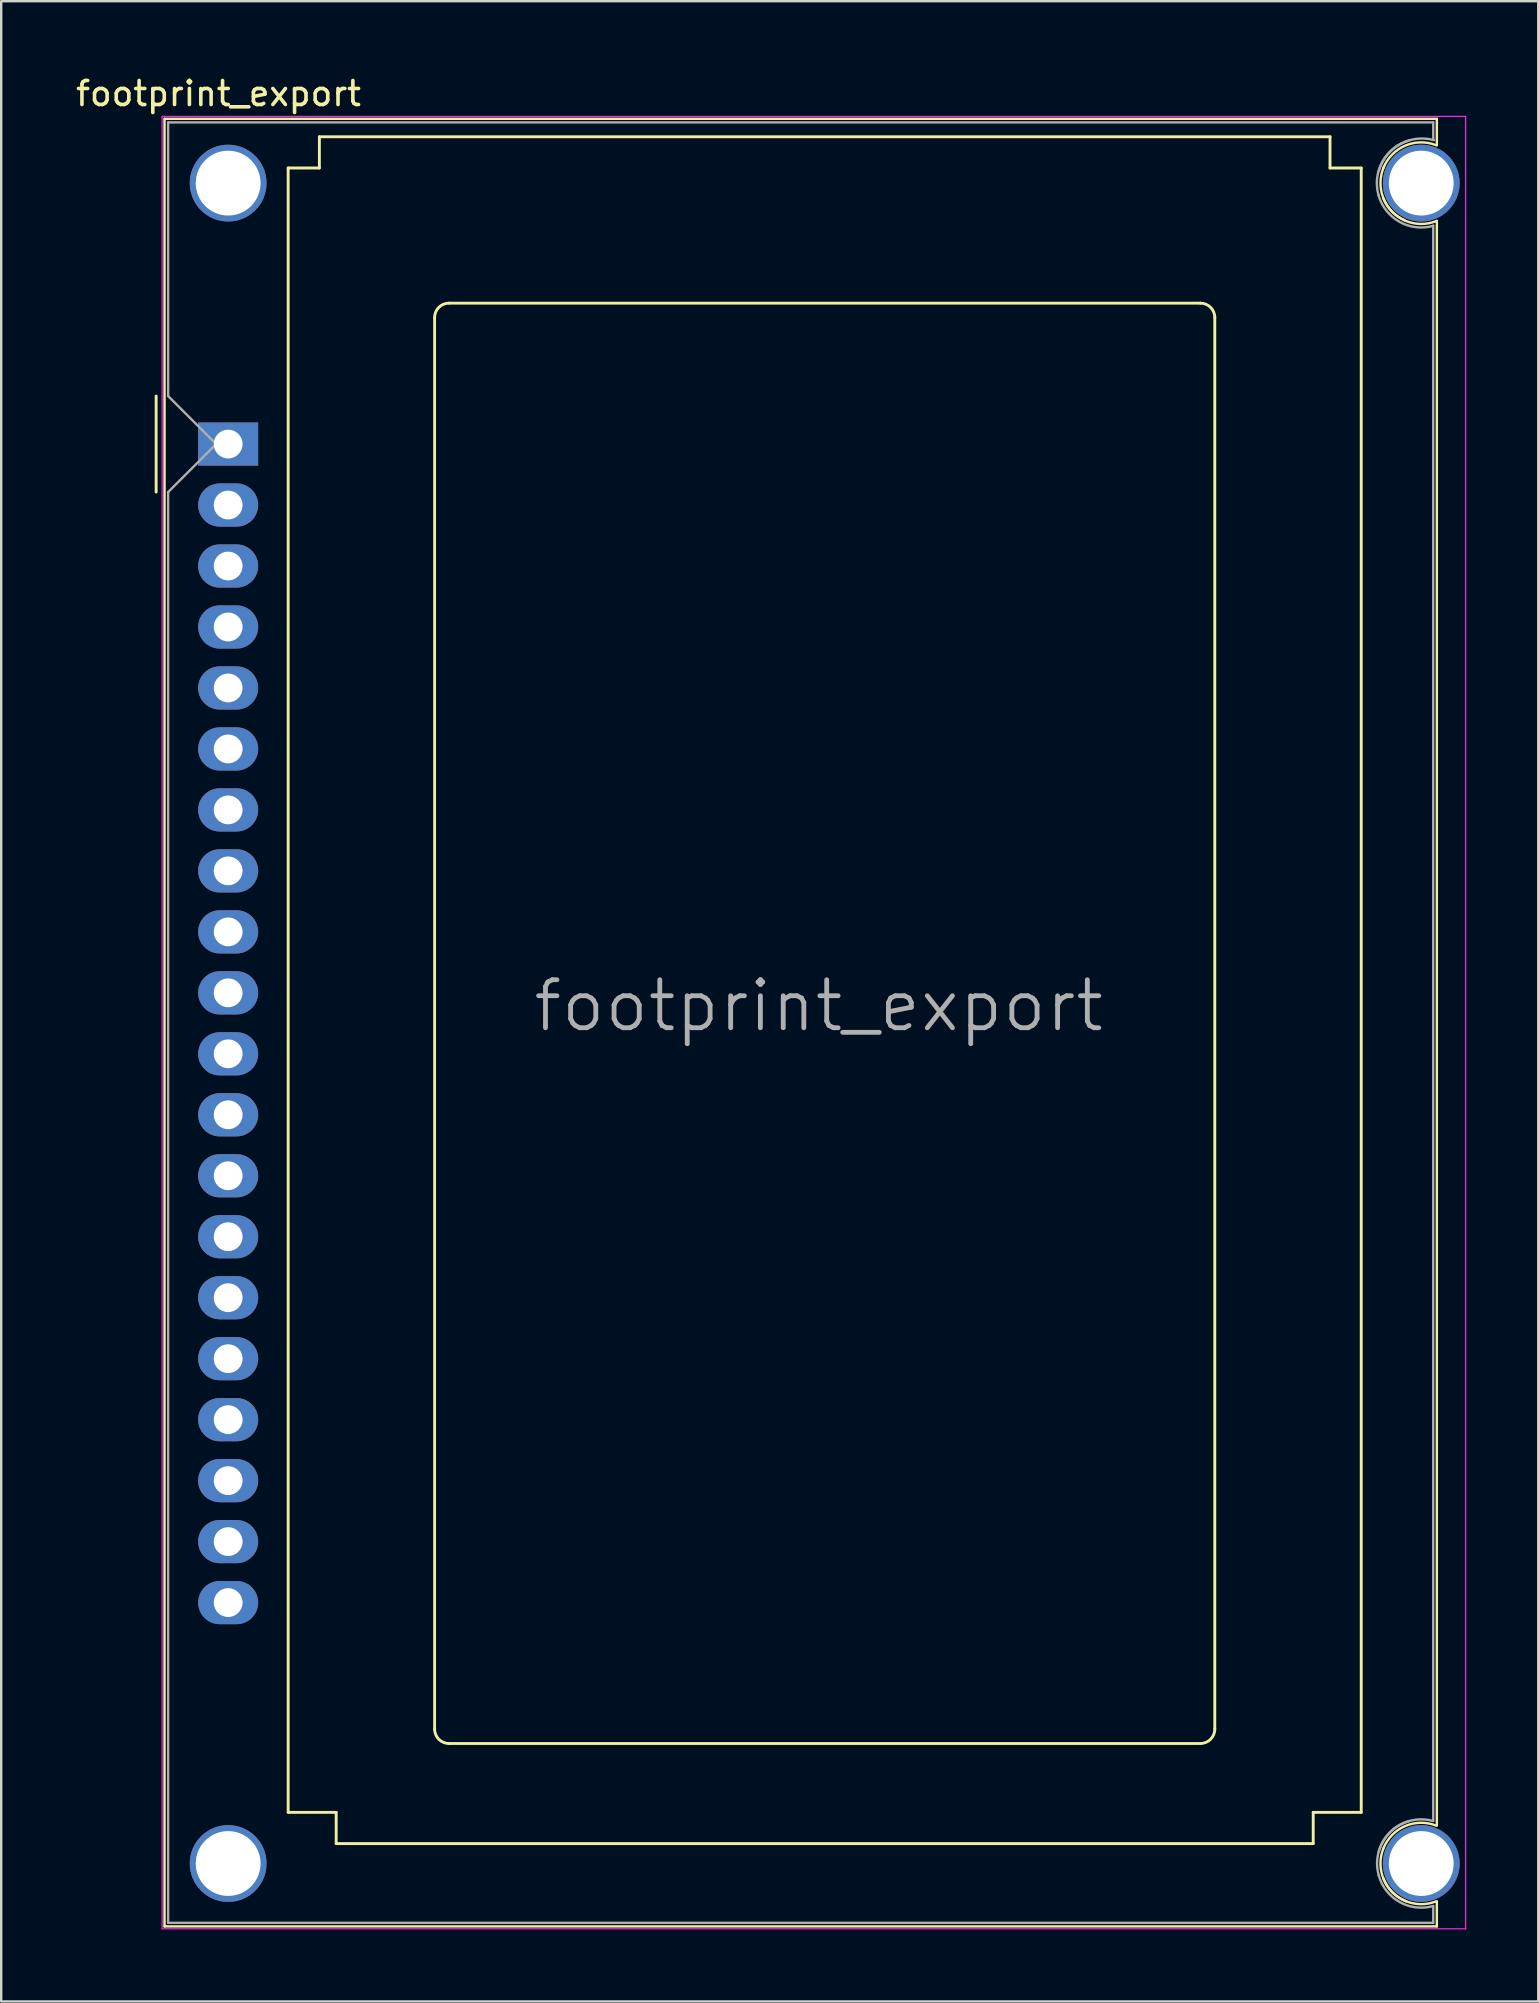
<source format=kicad_pcb>
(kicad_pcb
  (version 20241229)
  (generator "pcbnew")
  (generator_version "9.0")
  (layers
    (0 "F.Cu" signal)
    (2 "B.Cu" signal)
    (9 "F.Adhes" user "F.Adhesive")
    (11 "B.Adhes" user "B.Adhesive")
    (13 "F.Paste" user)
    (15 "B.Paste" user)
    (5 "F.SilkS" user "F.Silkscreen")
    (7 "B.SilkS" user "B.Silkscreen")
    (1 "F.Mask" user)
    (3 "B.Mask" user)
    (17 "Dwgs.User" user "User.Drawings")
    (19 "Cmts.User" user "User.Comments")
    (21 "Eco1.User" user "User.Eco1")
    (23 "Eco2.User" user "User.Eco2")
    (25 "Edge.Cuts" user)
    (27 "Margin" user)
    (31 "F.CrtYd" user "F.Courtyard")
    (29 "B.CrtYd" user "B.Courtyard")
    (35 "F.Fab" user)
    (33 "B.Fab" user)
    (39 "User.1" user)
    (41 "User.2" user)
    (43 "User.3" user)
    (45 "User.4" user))
  (footprint "footprint_export"
    (layer "F.Cu")
    (at 6.454 15.448)
    (property "Reference" "footprint_export" (at -0.4 -14.6 0) (layer "F.SilkS") (effects (font (size 1 1) (thickness 0.15))))
    (attr through_hole)
    (fp_line (start -3 -2) (end -3 2) (stroke (width 0.12) (type solid)) (layer "F.SilkS"))
    (fp_line (start -2.65 -13.55) (end -2.65 61.75) (stroke (width 0.1) (type solid)) (layer "F.SilkS"))
    (fp_line (start -2.65 61.75) (end 50.35 61.75) (stroke (width 0.1) (type solid)) (layer "F.SilkS"))
    (fp_line (start 2.5 57) (end 2.5 -11.5) (stroke (width 0.12) (type solid)) (layer "F.SilkS"))
    (fp_line (start 2.5 57) (end 4.5 57) (stroke (width 0.12) (type solid)) (layer "F.SilkS"))
    (fp_line (start 3.8 -12.8) (end 3.8 -11.5) (stroke (width 0.12) (type solid)) (layer "F.SilkS"))
    (fp_line (start 3.8 -12.8) (end 45.9 -12.8) (stroke (width 0.12) (type solid)) (layer "F.SilkS"))
    (fp_line (start 3.8 -11.5) (end 2.5 -11.5) (stroke (width 0.12) (type solid)) (layer "F.SilkS"))
    (fp_line (start 4.5 57) (end 4.5 58.3) (stroke (width 0.12) (type solid)) (layer "F.SilkS"))
    (fp_line (start 8.6 -5.27) (end 8.6 53.53) (stroke (width 0.12) (type solid)) (layer "F.SilkS"))
    (fp_line (start 9.2 54.13) (end 40.5 54.13) (stroke (width 0.12) (type solid)) (layer "F.SilkS"))
    (fp_line (start 40.5 -5.87) (end 9.21 -5.87) (stroke (width 0.12) (type solid)) (layer "F.SilkS"))
    (fp_line (start 41.1 53.53) (end 41.1 -5.27) (stroke (width 0.12) (type solid)) (layer "F.SilkS"))
    (fp_line (start 45.2 57) (end 45.2 58.3) (stroke (width 0.12) (type solid)) (layer "F.SilkS"))
    (fp_line (start 45.2 58.3) (end 4.5 58.3) (stroke (width 0.12) (type solid)) (layer "F.SilkS"))
    (fp_line (start 45.9 -11.5) (end 45.9 -12.8) (stroke (width 0.12) (type solid)) (layer "F.SilkS"))
    (fp_line (start 47.2 -11.5) (end 45.9 -11.5) (stroke (width 0.12) (type solid)) (layer "F.SilkS"))
    (fp_line (start 47.2 -11.5) (end 47.2 57) (stroke (width 0.12) (type solid)) (layer "F.SilkS"))
    (fp_line (start 47.2 57) (end 45.2 57) (stroke (width 0.12) (type solid)) (layer "F.SilkS"))
    (fp_line (start 50.35 -13.55) (end -2.65 -13.55) (stroke (width 0.1) (type solid)) (layer "F.SilkS"))
    (fp_line (start 50.35 -13.54) (end 50.35 -12.44) (stroke (width 0.1) (type solid)) (layer "F.SilkS"))
    (fp_line (start 50.35 57.55) (end 50.35 -9.3) (stroke (width 0.1) (type solid)) (layer "F.SilkS"))
    (fp_line (start 50.35 61.75) (end 50.35 60.7) (stroke (width 0.1) (type solid)) (layer "F.SilkS"))
    (fp_arc (start 8.6 -5.27) (mid 8.775736 -5.694264) (end 9.2 -5.87) (stroke (width 0.12) (type solid)) (layer "F.SilkS"))
    (fp_arc (start 9.2 54.13) (mid 8.775736 53.954264) (end 8.6 53.53) (stroke (width 0.12) (type solid)) (layer "F.SilkS"))
    (fp_arc (start 40.5 -5.87) (mid 40.924264 -5.694264) (end 41.1 -5.27) (stroke (width 0.12) (type solid)) (layer "F.SilkS"))
    (fp_arc (start 41.1 53.53) (mid 40.924264 53.954264) (end 40.5 54.13) (stroke (width 0.12) (type solid)) (layer "F.SilkS"))
    (fp_arc (start 48.12 -11.49) (mid 49.021177 -12.425635) (end 50.32 -12.45) (stroke (width 0.1) (type solid)) (layer "F.SilkS"))
    (fp_arc (start 48.12 58.51) (mid 49.021177 57.574365) (end 50.32 57.55) (stroke (width 0.1) (type solid)) (layer "F.SilkS"))
    (fp_arc (start 49.01 -9.32) (mid 48.116081 -10.261888) (end 48.15 -11.56) (stroke (width 0.1) (type solid)) (layer "F.SilkS"))
    (fp_arc (start 49.08 60.71) (mid 48.144365 59.808823) (end 48.12 58.51) (stroke (width 0.1) (type solid)) (layer "F.SilkS"))
    (fp_arc (start 50.31 60.71) (mid 49.014106 60.678564) (end 48.12 59.74) (stroke (width 0.1) (type solid)) (layer "F.SilkS"))
    (fp_arc (start 50.33 -9.29) (mid 49.028249 -9.307294) (end 48.12 -10.24) (stroke (width 0.1) (type solid)) (layer "F.SilkS"))
    (fp_line (start -2.75 -13.65) (end -2.75 61.85) (stroke (width 0.05) (type solid)) (layer "F.CrtYd"))
    (fp_line (start -2.75 -13.65) (end 51.55 -13.65) (stroke (width 0.05) (type solid)) (layer "F.CrtYd"))
    (fp_line (start -2.75 61.85) (end 51.55 61.85) (stroke (width 0.05) (type solid)) (layer "F.CrtYd"))
    (fp_line (start 51.55 -13.65) (end 51.55 61.85) (stroke (width 0.05) (type solid)) (layer "F.CrtYd"))
    (fp_line (start -2.5 -13.4) (end -2.5 -2) (stroke (width 0.1) (type solid)) (layer "F.Fab"))
    (fp_line (start -2.5 -13.4) (end 50.2 -13.4) (stroke (width 0.1) (type solid)) (layer "F.Fab"))
    (fp_line (start -2.5 -2) (end -0.5 0) (stroke (width 0.1) (type solid)) (layer "F.Fab"))
    (fp_line (start -2.5 2) (end -2.5 61.6) (stroke (width 0.1) (type solid)) (layer "F.Fab"))
    (fp_line (start -2.5 61.6) (end 50.2 61.6) (stroke (width 0.1) (type solid)) (layer "F.Fab"))
    (fp_line (start -0.5 0) (end -2.5 2) (stroke (width 0.1) (type solid)) (layer "F.Fab"))
    (fp_line (start 50.2 -13.4) (end 50.2 -12.7) (stroke (width 0.1) (type solid)) (layer "F.Fab"))
    (fp_line (start 50.2 -9.1) (end 50.2 57.35) (stroke (width 0.1) (type solid)) (layer "F.Fab"))
    (fp_line (start 50.2 61.6) (end 50.2 60.9) (stroke (width 0.1) (type solid)) (layer "F.Fab"))
    (fp_arc (start 47.92 -10.37) (mid 48.087797 -11.775097) (end 49.2 -12.65) (stroke (width 0.1) (type solid)) (layer "F.Fab"))
    (fp_arc (start 47.93 -11.36) (mid 48.810761 -12.486346) (end 50.23 -12.66) (stroke (width 0.1) (type solid)) (layer "F.Fab"))
    (fp_arc (start 47.93 58.63) (mid 48.801974 57.524868) (end 50.2 57.36) (stroke (width 0.1) (type solid)) (layer "F.Fab"))
    (fp_arc (start 47.93 59.63) (mid 48.094868 58.231974) (end 49.2 57.36) (stroke (width 0.1) (type solid)) (layer "F.Fab"))
    (fp_arc (start 50.2 -9.09) (mid 48.794903 -9.257797) (end 47.92 -10.37) (stroke (width 0.1) (type solid)) (layer "F.Fab"))
    (fp_arc (start 50.2 60.9) (mid 48.801974 60.735132) (end 47.93 59.63) (stroke (width 0.1) (type solid)) (layer "F.Fab"))
    (fp_text user "${REFERENCE}" (at 24.6 23.4 0) (layer "F.Fab") (effects (font (size 2 2) (thickness 0.2))))
    (pad "" thru_hole circle (at 0 -10.87 270) (size 3.2 3.2) (drill 2.7) (layers "*.Cu" "*.Mask"))
    (pad "" thru_hole circle (at 0 59.13 270) (size 3.2 3.2) (drill 2.7) (layers "*.Cu" "*.Mask"))
    (pad "" thru_hole circle (at 49.7 -10.87 270) (size 3.2 3.2) (drill 2.7) (layers "*.Cu" "*.Mask"))
    (pad "" thru_hole circle (at 49.7 59.13 270) (size 3.2 3.2) (drill 2.7) (layers "*.Cu" "*.Mask"))
    (pad "1" thru_hole rect (at 0 0 270) (size 1.8 2.5) (drill 1.2) (layers "*.Cu" "*.Mask"))
    (pad "2" thru_hole oval (at 0 2.54 270) (size 1.8 2.5) (drill 1.2) (layers "*.Cu" "*.Mask"))
    (pad "3" thru_hole oval (at 0 5.08 270) (size 1.8 2.5) (drill 1.2) (layers "*.Cu" "*.Mask"))
    (pad "4" thru_hole oval (at 0 7.62 270) (size 1.8 2.5) (drill 1.2) (layers "*.Cu" "*.Mask"))
    (pad "5" thru_hole oval (at 0 10.16 270) (size 1.8 2.5) (drill 1.2) (layers "*.Cu" "*.Mask"))
    (pad "6" thru_hole oval (at 0 12.7 270) (size 1.8 2.5) (drill 1.2) (layers "*.Cu" "*.Mask"))
    (pad "7" thru_hole oval (at 0 15.24 270) (size 1.8 2.5) (drill 1.2) (layers "*.Cu" "*.Mask"))
    (pad "8" thru_hole oval (at 0 17.78 270) (size 1.8 2.5) (drill 1.2) (layers "*.Cu" "*.Mask"))
    (pad "9" thru_hole oval (at 0 20.32 270) (size 1.8 2.5) (drill 1.2) (layers "*.Cu" "*.Mask"))
    (pad "10" thru_hole oval (at 0 22.86 270) (size 1.8 2.5) (drill 1.2) (layers "*.Cu" "*.Mask"))
    (pad "11" thru_hole oval (at 0 25.4 270) (size 1.8 2.5) (drill 1.2) (layers "*.Cu" "*.Mask"))
    (pad "12" thru_hole oval (at 0 27.94 270) (size 1.8 2.5) (drill 1.2) (layers "*.Cu" "*.Mask"))
    (pad "13" thru_hole oval (at 0 30.48 270) (size 1.8 2.5) (drill 1.2) (layers "*.Cu" "*.Mask"))
    (pad "14" thru_hole oval (at 0 33.02 270) (size 1.8 2.5) (drill 1.2) (layers "*.Cu" "*.Mask"))
    (pad "15" thru_hole oval (at 0 35.56 270) (size 1.8 2.5) (drill 1.2) (layers "*.Cu" "*.Mask"))
    (pad "16" thru_hole oval (at 0 38.1 270) (size 1.8 2.5) (drill 1.2) (layers "*.Cu" "*.Mask"))
    (pad "17" thru_hole oval (at 0 40.64 270) (size 1.8 2.5) (drill 1.2) (layers "*.Cu" "*.Mask"))
    (pad "18" thru_hole oval (at 0 43.18 270) (size 1.8 2.5) (drill 1.2) (layers "*.Cu" "*.Mask"))
    (pad "19" thru_hole oval (at 0 45.72 270) (size 1.8 2.5) (drill 1.2) (layers "*.Cu" "*.Mask"))
    (pad "20" thru_hole oval (at 0 48.26 270) (size 1.8 2.5) (drill 1.2) (layers "*.Cu" "*.Mask")))
  (gr_rect
    (start -3 -3)
    (end 61.029 80.323)
    (stroke (width 0.1) (type default))
    (fill no)
    (layer "Edge.Cuts")))
</source>
